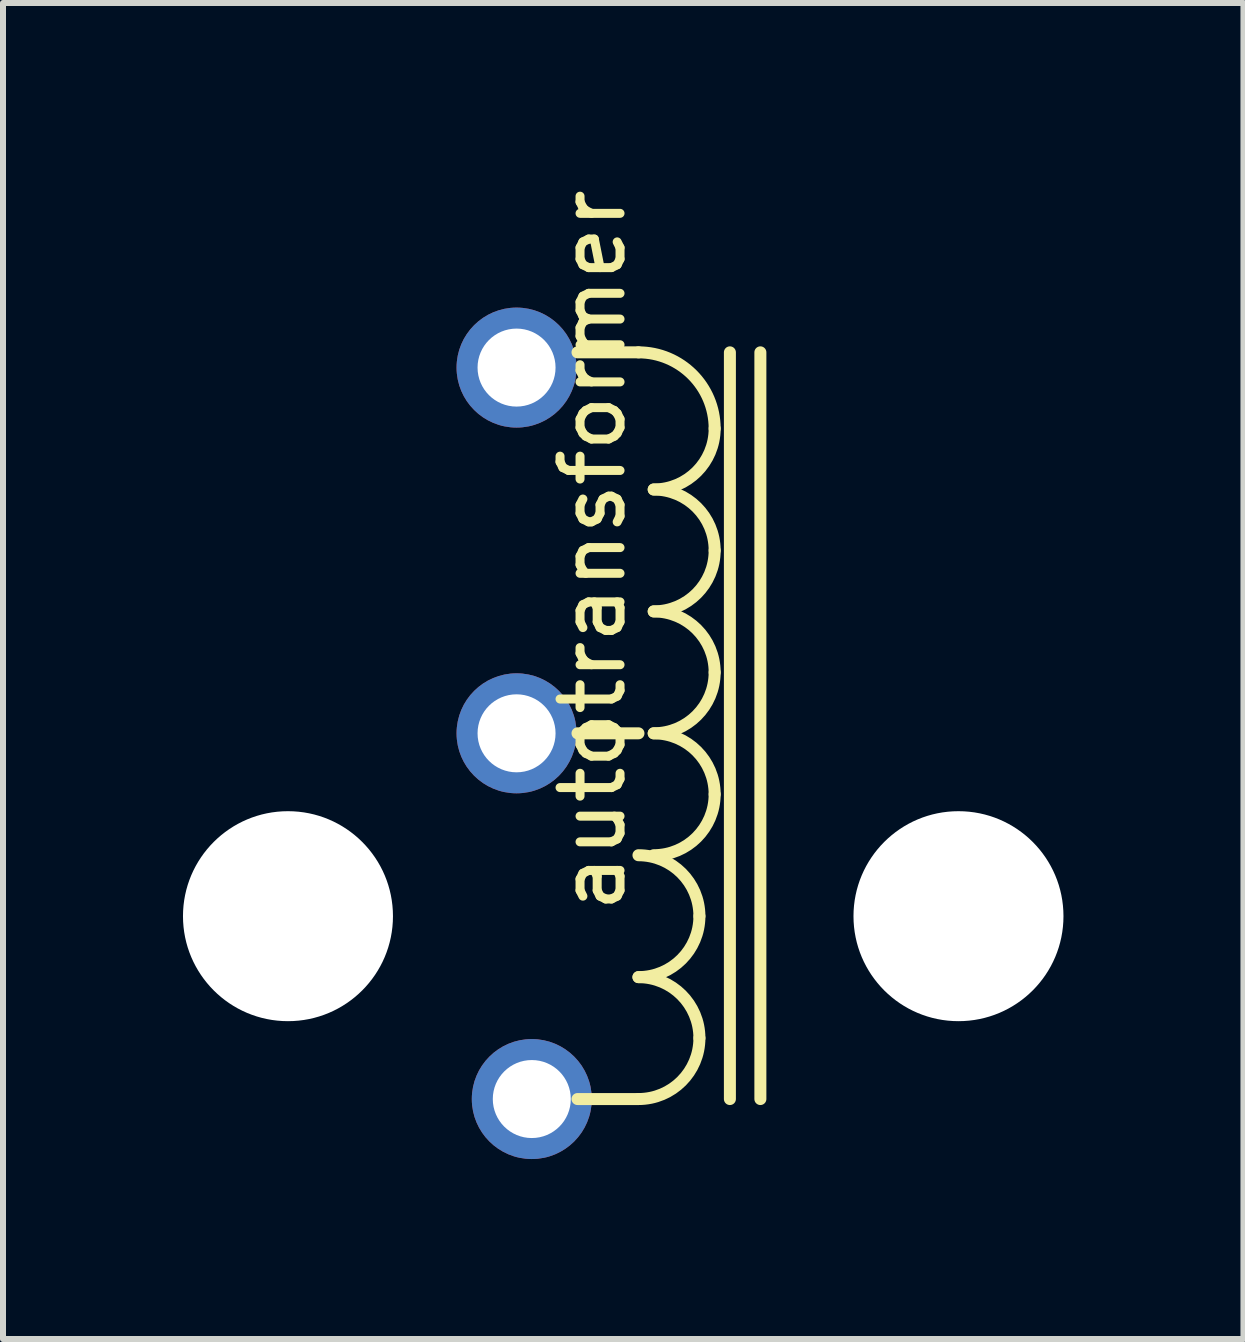
<source format=kicad_pcb>
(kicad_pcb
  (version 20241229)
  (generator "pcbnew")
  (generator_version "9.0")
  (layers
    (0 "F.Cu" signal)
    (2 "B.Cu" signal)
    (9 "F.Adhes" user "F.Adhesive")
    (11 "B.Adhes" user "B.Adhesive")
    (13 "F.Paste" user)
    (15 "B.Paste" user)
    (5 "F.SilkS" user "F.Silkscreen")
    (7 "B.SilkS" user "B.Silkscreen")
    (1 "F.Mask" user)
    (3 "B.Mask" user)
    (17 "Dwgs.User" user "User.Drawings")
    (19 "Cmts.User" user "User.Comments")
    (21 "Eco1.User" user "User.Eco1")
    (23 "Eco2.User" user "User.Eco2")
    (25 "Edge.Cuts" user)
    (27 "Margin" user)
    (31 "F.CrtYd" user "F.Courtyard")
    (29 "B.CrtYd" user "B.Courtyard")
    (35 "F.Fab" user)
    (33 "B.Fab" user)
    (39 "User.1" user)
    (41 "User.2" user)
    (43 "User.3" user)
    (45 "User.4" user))
  (footprint "autotransformer"
    (layer "F.Cu")
    (at 5.56 9.173)
    (property "Reference" "autotransformer" (at 1.27 -3.048 90) (layer "F.SilkS") (effects (font (size 1 1) (thickness 0.15))))
    (attr through_hole)
    (fp_line (start 1.016 -6.35) (end 2.032 -6.35) (stroke (width 0.2) (type solid)) (layer "F.SilkS"))
    (fp_line (start 1.016 0) (end 2.032 0) (stroke (width 0.2) (type solid)) (layer "F.SilkS"))
    (fp_line (start 1.016 6.096) (end 2.032 6.096) (stroke (width 0.2) (type solid)) (layer "F.SilkS"))
    (fp_line (start 3.556 -6.35) (end 3.556 6.096) (stroke (width 0.2) (type solid)) (layer "F.SilkS"))
    (fp_line (start 4.064 6.096) (end 4.064 -6.35) (stroke (width 0.2) (type solid)) (layer "F.SilkS"))
    (fp_arc (start 2.032 -6.35) (mid 2.930026 -5.978026) (end 3.302 -5.08) (stroke (width 0.2) (type solid)) (layer "F.SilkS"))
    (fp_arc (start 2.032 2.032) (mid 2.75042 2.32958) (end 3.048 3.048) (stroke (width 0.2) (type solid)) (layer "F.SilkS"))
    (fp_arc (start 2.032 4.064) (mid 2.75042 4.36158) (end 3.048 5.08) (stroke (width 0.2) (type solid)) (layer "F.SilkS"))
    (fp_arc (start 2.286 -4.064) (mid 3.00442 -3.76642) (end 3.302 -3.048) (stroke (width 0.2) (type solid)) (layer "F.SilkS"))
    (fp_arc (start 2.286 -2.032) (mid 3.00442 -1.73442) (end 3.302 -1.016) (stroke (width 0.2) (type solid)) (layer "F.SilkS"))
    (fp_arc (start 2.286 0) (mid 3.00442 0.29758) (end 3.302 1.016) (stroke (width 0.2) (type solid)) (layer "F.SilkS"))
    (fp_arc (start 3.048 3.048) (mid 2.75042 3.76642) (end 2.032 4.064) (stroke (width 0.2) (type solid)) (layer "F.SilkS"))
    (fp_arc (start 3.048 5.08) (mid 2.75042 5.79842) (end 2.032 6.096) (stroke (width 0.2) (type solid)) (layer "F.SilkS"))
    (fp_arc (start 3.302 -5.08) (mid 3.00442 -4.36158) (end 2.286 -4.064) (stroke (width 0.2) (type solid)) (layer "F.SilkS"))
    (fp_arc (start 3.302 -3.048) (mid 3.00442 -2.32958) (end 2.286 -2.032) (stroke (width 0.2) (type solid)) (layer "F.SilkS"))
    (fp_arc (start 3.302 -1.016) (mid 3.00442 -0.29758) (end 2.286 0) (stroke (width 0.2) (type solid)) (layer "F.SilkS"))
    (fp_arc (start 3.302 1.016) (mid 3.00442 1.73442) (end 2.286 2.032) (stroke (width 0.2) (type solid)) (layer "F.SilkS"))
    (pad "" np_thru_hole circle (at -3.81 3.048) (size 3.5 3.5) (drill 3.5) (layers "*.Cu" "*.Mask"))
    (pad "" np_thru_hole circle (at 7.366 3.048) (size 3.5 3.5) (drill 3.5) (layers "*.Cu" "*.Mask"))
    (pad "1" thru_hole circle (at 0.254 6.096) (size 2 2) (drill 1.3) (layers "*.Cu" "*.Mask"))
    (pad "2" thru_hole circle (at 0 0) (size 2 2) (drill 1.3) (layers "*.Cu" "*.Mask"))
    (pad "3" thru_hole circle (at 0 -6.096) (size 2 2) (drill 1.3) (layers "*.Cu" "*.Mask")))
  (gr_rect
    (start -3 -3)
    (end 17.676 19.269)
    (stroke (width 0.1) (type default))
    (fill no)
    (layer "Edge.Cuts")))
</source>
